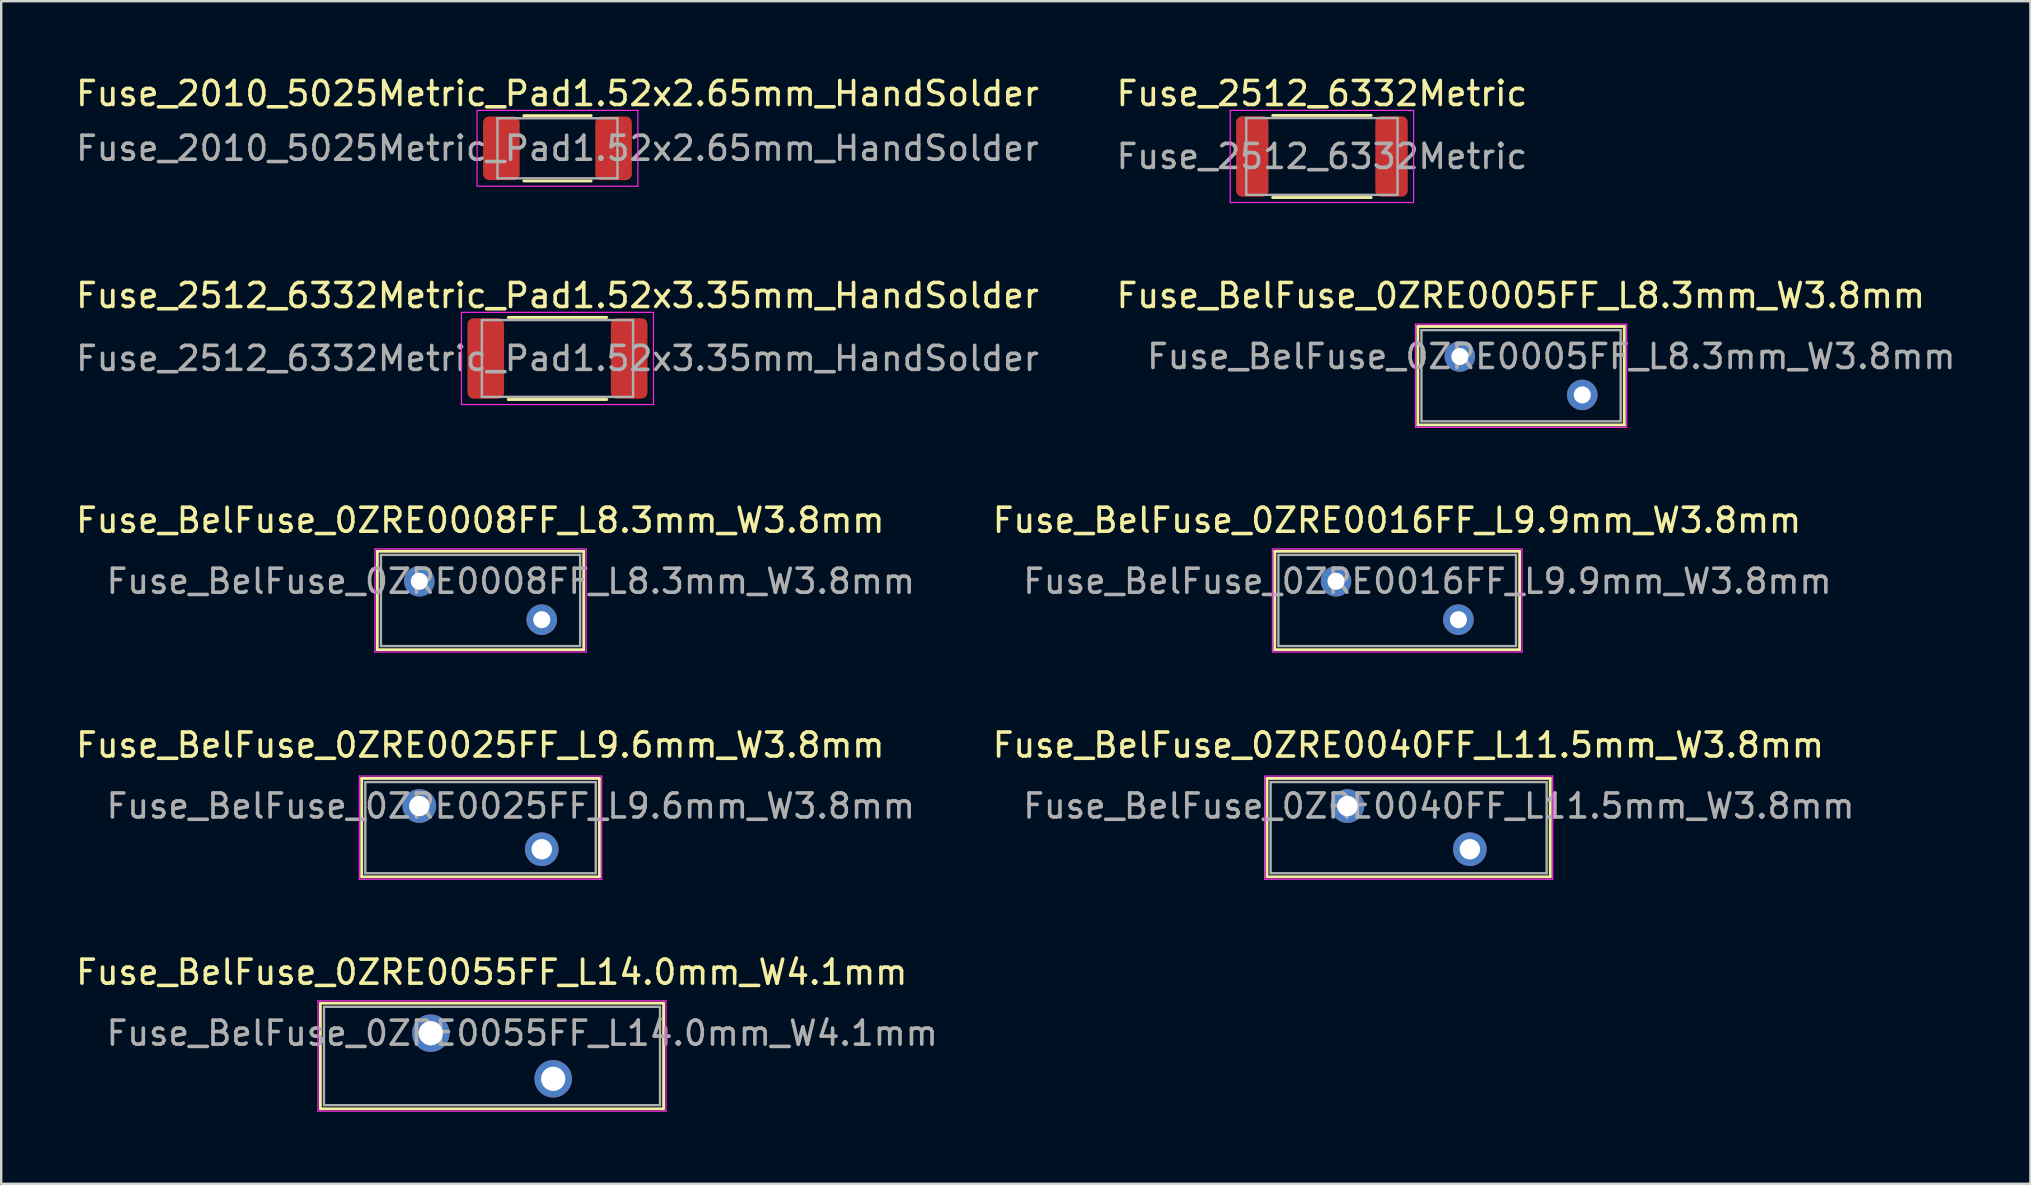
<source format=kicad_pcb>
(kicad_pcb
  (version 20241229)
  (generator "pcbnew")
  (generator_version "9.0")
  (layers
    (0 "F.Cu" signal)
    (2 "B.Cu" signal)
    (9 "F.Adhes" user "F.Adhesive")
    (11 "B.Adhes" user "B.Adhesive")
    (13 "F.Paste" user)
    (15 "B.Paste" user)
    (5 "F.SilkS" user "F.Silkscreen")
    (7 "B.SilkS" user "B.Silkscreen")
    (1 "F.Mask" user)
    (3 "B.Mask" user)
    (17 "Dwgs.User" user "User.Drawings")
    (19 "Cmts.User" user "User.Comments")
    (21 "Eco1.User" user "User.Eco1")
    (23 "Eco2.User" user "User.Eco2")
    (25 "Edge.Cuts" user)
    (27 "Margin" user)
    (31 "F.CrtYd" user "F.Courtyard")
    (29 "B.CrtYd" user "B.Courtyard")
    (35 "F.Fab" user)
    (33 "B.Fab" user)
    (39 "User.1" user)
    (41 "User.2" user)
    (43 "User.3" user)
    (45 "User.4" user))
  (footprint "Fuse_2010_5025Metric_Pad1.52x2.65mm_HandSolder"
    (layer "F.Cu")
    (at 20.173 3.128)
    (property "Reference" "Fuse_2010_5025Metric_Pad1.52x2.65mm_HandSolder" (at 0 -2.28 0) (layer "F.SilkS") (effects (font (size 1 1) (thickness 0.15))))
    (attr smd)
    (fp_line (start -1.402 -1.36) (end 1.402 -1.36) (stroke (width 0.12) (type solid)) (layer "F.SilkS"))
    (fp_line (start -1.402 1.36) (end 1.402 1.36) (stroke (width 0.12) (type solid)) (layer "F.SilkS"))
    (fp_line (start -3.35 -1.58) (end 3.35 -1.58) (stroke (width 0.05) (type solid)) (layer "F.CrtYd"))
    (fp_line (start -3.35 1.58) (end -3.35 -1.58) (stroke (width 0.05) (type solid)) (layer "F.CrtYd"))
    (fp_line (start 3.35 -1.58) (end 3.35 1.58) (stroke (width 0.05) (type solid)) (layer "F.CrtYd"))
    (fp_line (start 3.35 1.58) (end -3.35 1.58) (stroke (width 0.05) (type solid)) (layer "F.CrtYd"))
    (fp_line (start -2.5 -1.25) (end 2.5 -1.25) (stroke (width 0.1) (type solid)) (layer "F.Fab"))
    (fp_line (start -2.5 1.25) (end -2.5 -1.25) (stroke (width 0.1) (type solid)) (layer "F.Fab"))
    (fp_line (start 2.5 -1.25) (end 2.5 1.25) (stroke (width 0.1) (type solid)) (layer "F.Fab"))
    (fp_line (start 2.5 1.25) (end -2.5 1.25) (stroke (width 0.1) (type solid)) (layer "F.Fab"))
    (fp_text user "${REFERENCE}" (at 0 0 0) (layer "F.Fab") (effects (font (size 1 1) (thickness 0.15))))
    (pad "1" smd roundrect (at -2.337 0) (size 1.525 2.65) (layers "F.Cu" "F.Mask" "F.Paste") (roundrect_rratio 0.164))
    (pad "2" smd roundrect (at 2.337 0) (size 1.525 2.65) (layers "F.Cu" "F.Mask" "F.Paste") (roundrect_rratio 0.164)))
  (footprint "Fuse_BelFuse_0ZRE0040FF_L11.5mm_W3.8mm"
    (layer "F.Cu")
    (at 53.081 30.528)
    (property "Reference" "Fuse_BelFuse_0ZRE0040FF_L11.5mm_W3.8mm" (at 2.54 -2.54 0) (layer "F.SilkS") (effects (font (size 1 1) (thickness 0.15))))
    (attr through_hole)
    (fp_line (start -3.35 -1.15) (end -3.35 2.95) (stroke (width 0.12) (type solid)) (layer "F.SilkS"))
    (fp_line (start -3.35 -1.15) (end 8.45 -1.15) (stroke (width 0.12) (type solid)) (layer "F.SilkS"))
    (fp_line (start -3.35 2.95) (end 8.45 2.95) (stroke (width 0.12) (type solid)) (layer "F.SilkS"))
    (fp_line (start 8.45 -1.15) (end 8.45 2.95) (stroke (width 0.12) (type solid)) (layer "F.SilkS"))
    (fp_line (start -3.45 -1.25) (end -3.45 3.05) (stroke (width 0.05) (type solid)) (layer "F.CrtYd"))
    (fp_line (start -3.45 -1.25) (end 8.55 -1.25) (stroke (width 0.05) (type solid)) (layer "F.CrtYd"))
    (fp_line (start -3.45 3.05) (end 8.55 3.05) (stroke (width 0.05) (type solid)) (layer "F.CrtYd"))
    (fp_line (start 8.55 -1.25) (end 8.55 3.05) (stroke (width 0.05) (type solid)) (layer "F.CrtYd"))
    (fp_line (start -3.2 -1) (end -3.2 2.8) (stroke (width 0.1) (type solid)) (layer "F.Fab"))
    (fp_line (start -3.2 -1) (end 8.3 -1) (stroke (width 0.1) (type solid)) (layer "F.Fab"))
    (fp_line (start -3.2 2.8) (end 8.3 2.8) (stroke (width 0.1) (type solid)) (layer "F.Fab"))
    (fp_line (start 8.3 -1) (end 8.3 2.8) (stroke (width 0.1) (type solid)) (layer "F.Fab"))
    (fp_text user "${REFERENCE}" (at 3.81 0 0) (layer "F.Fab") (effects (font (size 1 1) (thickness 0.15))))
    (pad "1" thru_hole circle (at 0 0) (size 1.4 1.4) (drill 0.85) (layers "*.Cu" "*.Mask"))
    (pad "2" thru_hole circle (at 5.1 1.8) (size 1.4 1.4) (drill 0.85) (layers "*.Cu" "*.Mask")))
  (footprint "Fuse_2512_6332Metric"
    (layer "F.Cu")
    (at 52.018 3.468)
    (property "Reference" "Fuse_2512_6332Metric" (at 0 -2.62 0) (layer "F.SilkS") (effects (font (size 1 1) (thickness 0.15))))
    (attr smd)
    (fp_line (start -2.052 -1.71) (end 2.052 -1.71) (stroke (width 0.12) (type solid)) (layer "F.SilkS"))
    (fp_line (start -2.052 1.71) (end 2.052 1.71) (stroke (width 0.12) (type solid)) (layer "F.SilkS"))
    (fp_line (start -3.82 -1.92) (end 3.82 -1.92) (stroke (width 0.05) (type solid)) (layer "F.CrtYd"))
    (fp_line (start -3.82 1.92) (end -3.82 -1.92) (stroke (width 0.05) (type solid)) (layer "F.CrtYd"))
    (fp_line (start 3.82 -1.92) (end 3.82 1.92) (stroke (width 0.05) (type solid)) (layer "F.CrtYd"))
    (fp_line (start 3.82 1.92) (end -3.82 1.92) (stroke (width 0.05) (type solid)) (layer "F.CrtYd"))
    (fp_line (start -3.15 -1.6) (end 3.15 -1.6) (stroke (width 0.1) (type solid)) (layer "F.Fab"))
    (fp_line (start -3.15 1.6) (end -3.15 -1.6) (stroke (width 0.1) (type solid)) (layer "F.Fab"))
    (fp_line (start 3.15 -1.6) (end 3.15 1.6) (stroke (width 0.1) (type solid)) (layer "F.Fab"))
    (fp_line (start 3.15 1.6) (end -3.15 1.6) (stroke (width 0.1) (type solid)) (layer "F.Fab"))
    (fp_text user "${REFERENCE}" (at 0 0 0) (layer "F.Fab") (effects (font (size 1 1) (thickness 0.15))))
    (pad "1" smd roundrect (at -2.9 0) (size 1.35 3.35) (layers "F.Cu" "F.Mask" "F.Paste") (roundrect_rratio 0.185))
    (pad "2" smd roundrect (at 2.9 0) (size 1.35 3.35) (layers "F.Cu" "F.Mask" "F.Paste") (roundrect_rratio 0.185)))
  (footprint "Fuse_2512_6332Metric_Pad1.52x3.35mm_HandSolder"
    (layer "F.Cu")
    (at 20.173 11.882)
    (property "Reference" "Fuse_2512_6332Metric_Pad1.52x3.35mm_HandSolder" (at 0 -2.62 0) (layer "F.SilkS") (effects (font (size 1 1) (thickness 0.15))))
    (attr smd)
    (fp_line (start -2.052 -1.71) (end 2.052 -1.71) (stroke (width 0.12) (type solid)) (layer "F.SilkS"))
    (fp_line (start -2.052 1.71) (end 2.052 1.71) (stroke (width 0.12) (type solid)) (layer "F.SilkS"))
    (fp_line (start -4 -1.92) (end 4 -1.92) (stroke (width 0.05) (type solid)) (layer "F.CrtYd"))
    (fp_line (start -4 1.92) (end -4 -1.92) (stroke (width 0.05) (type solid)) (layer "F.CrtYd"))
    (fp_line (start 4 -1.92) (end 4 1.92) (stroke (width 0.05) (type solid)) (layer "F.CrtYd"))
    (fp_line (start 4 1.92) (end -4 1.92) (stroke (width 0.05) (type solid)) (layer "F.CrtYd"))
    (fp_line (start -3.15 -1.6) (end 3.15 -1.6) (stroke (width 0.1) (type solid)) (layer "F.Fab"))
    (fp_line (start -3.15 1.6) (end -3.15 -1.6) (stroke (width 0.1) (type solid)) (layer "F.Fab"))
    (fp_line (start 3.15 -1.6) (end 3.15 1.6) (stroke (width 0.1) (type solid)) (layer "F.Fab"))
    (fp_line (start 3.15 1.6) (end -3.15 1.6) (stroke (width 0.1) (type solid)) (layer "F.Fab"))
    (fp_text user "${REFERENCE}" (at 0 0 0) (layer "F.Fab") (effects (font (size 1 1) (thickness 0.15))))
    (pad "1" smd roundrect (at -2.987 0) (size 1.525 3.35) (layers "F.Cu" "F.Mask" "F.Paste") (roundrect_rratio 0.164))
    (pad "2" smd roundrect (at 2.987 0) (size 1.525 3.35) (layers "F.Cu" "F.Mask" "F.Paste") (roundrect_rratio 0.164)))
  (footprint "Fuse_BelFuse_0ZRE0005FF_L8.3mm_W3.8mm"
    (layer "F.Cu")
    (at 57.764 11.802)
    (property "Reference" "Fuse_BelFuse_0ZRE0005FF_L8.3mm_W3.8mm" (at 2.54 -2.54 0) (layer "F.SilkS") (effects (font (size 1 1) (thickness 0.15))))
    (attr through_hole)
    (fp_line (start -1.75 -1.25) (end -1.75 2.85) (stroke (width 0.12) (type solid)) (layer "F.SilkS"))
    (fp_line (start -1.75 -1.25) (end 6.85 -1.25) (stroke (width 0.12) (type solid)) (layer "F.SilkS"))
    (fp_line (start -1.75 2.85) (end 6.85 2.85) (stroke (width 0.12) (type solid)) (layer "F.SilkS"))
    (fp_line (start 6.85 -1.25) (end 6.85 2.85) (stroke (width 0.12) (type solid)) (layer "F.SilkS"))
    (fp_line (start -1.85 -1.35) (end -1.85 2.95) (stroke (width 0.05) (type solid)) (layer "F.CrtYd"))
    (fp_line (start -1.85 -1.35) (end 6.95 -1.35) (stroke (width 0.05) (type solid)) (layer "F.CrtYd"))
    (fp_line (start -1.85 2.95) (end 6.95 2.95) (stroke (width 0.05) (type solid)) (layer "F.CrtYd"))
    (fp_line (start 6.95 -1.35) (end 6.95 2.95) (stroke (width 0.05) (type solid)) (layer "F.CrtYd"))
    (fp_line (start -1.6 -1.1) (end -1.6 2.7) (stroke (width 0.1) (type solid)) (layer "F.Fab"))
    (fp_line (start -1.6 -1.1) (end 6.7 -1.1) (stroke (width 0.1) (type solid)) (layer "F.Fab"))
    (fp_line (start -1.6 2.7) (end 6.7 2.7) (stroke (width 0.1) (type solid)) (layer "F.Fab"))
    (fp_line (start 6.7 -1.1) (end 6.7 2.7) (stroke (width 0.1) (type solid)) (layer "F.Fab"))
    (fp_text user "${REFERENCE}" (at 3.81 0 0) (layer "F.Fab") (effects (font (size 1 1) (thickness 0.15))))
    (pad "1" thru_hole circle (at 0 0) (size 1.27 1.27) (drill 0.71) (layers "*.Cu" "*.Mask"))
    (pad "2" thru_hole circle (at 5.1 1.6) (size 1.27 1.27) (drill 0.71) (layers "*.Cu" "*.Mask")))
  (footprint "Fuse_BelFuse_0ZRE0016FF_L9.9mm_W3.8mm"
    (layer "F.Cu")
    (at 52.605 21.165)
    (property "Reference" "Fuse_BelFuse_0ZRE0016FF_L9.9mm_W3.8mm" (at 2.54 -2.54 0) (layer "F.SilkS") (effects (font (size 1 1) (thickness 0.15))))
    (attr through_hole)
    (fp_line (start -2.55 -1.25) (end -2.55 2.85) (stroke (width 0.12) (type solid)) (layer "F.SilkS"))
    (fp_line (start -2.55 -1.25) (end 7.65 -1.25) (stroke (width 0.12) (type solid)) (layer "F.SilkS"))
    (fp_line (start -2.55 2.85) (end 7.65 2.85) (stroke (width 0.12) (type solid)) (layer "F.SilkS"))
    (fp_line (start 7.65 -1.25) (end 7.65 2.85) (stroke (width 0.12) (type solid)) (layer "F.SilkS"))
    (fp_line (start -2.65 -1.35) (end -2.65 2.95) (stroke (width 0.05) (type solid)) (layer "F.CrtYd"))
    (fp_line (start -2.65 -1.35) (end 7.75 -1.35) (stroke (width 0.05) (type solid)) (layer "F.CrtYd"))
    (fp_line (start -2.65 2.95) (end 7.75 2.95) (stroke (width 0.05) (type solid)) (layer "F.CrtYd"))
    (fp_line (start 7.75 -1.35) (end 7.75 2.95) (stroke (width 0.05) (type solid)) (layer "F.CrtYd"))
    (fp_line (start -2.4 -1.1) (end -2.4 2.7) (stroke (width 0.1) (type solid)) (layer "F.Fab"))
    (fp_line (start -2.4 -1.1) (end 7.5 -1.1) (stroke (width 0.1) (type solid)) (layer "F.Fab"))
    (fp_line (start -2.4 2.7) (end 7.5 2.7) (stroke (width 0.1) (type solid)) (layer "F.Fab"))
    (fp_line (start 7.5 -1.1) (end 7.5 2.7) (stroke (width 0.1) (type solid)) (layer "F.Fab"))
    (fp_text user "${REFERENCE}" (at 3.81 0 0) (layer "F.Fab") (effects (font (size 1 1) (thickness 0.15))))
    (pad "1" thru_hole circle (at 0 0) (size 1.27 1.27) (drill 0.71) (layers "*.Cu" "*.Mask"))
    (pad "2" thru_hole circle (at 5.1 1.6) (size 1.27 1.27) (drill 0.71) (layers "*.Cu" "*.Mask")))
  (footprint "Fuse_BelFuse_0ZRE0025FF_L9.6mm_W3.8mm"
    (layer "F.Cu")
    (at 14.418 30.528)
    (property "Reference" "Fuse_BelFuse_0ZRE0025FF_L9.6mm_W3.8mm" (at 2.54 -2.54 0) (layer "F.SilkS") (effects (font (size 1 1) (thickness 0.15))))
    (attr through_hole)
    (fp_line (start -2.4 -1.15) (end -2.4 2.95) (stroke (width 0.12) (type solid)) (layer "F.SilkS"))
    (fp_line (start -2.4 -1.15) (end 7.5 -1.15) (stroke (width 0.12) (type solid)) (layer "F.SilkS"))
    (fp_line (start -2.4 2.95) (end 7.5 2.95) (stroke (width 0.12) (type solid)) (layer "F.SilkS"))
    (fp_line (start 7.5 -1.15) (end 7.5 2.95) (stroke (width 0.12) (type solid)) (layer "F.SilkS"))
    (fp_line (start -2.5 -1.25) (end -2.5 3.05) (stroke (width 0.05) (type solid)) (layer "F.CrtYd"))
    (fp_line (start -2.5 -1.25) (end 7.6 -1.25) (stroke (width 0.05) (type solid)) (layer "F.CrtYd"))
    (fp_line (start -2.5 3.05) (end 7.6 3.05) (stroke (width 0.05) (type solid)) (layer "F.CrtYd"))
    (fp_line (start 7.6 -1.25) (end 7.6 3.05) (stroke (width 0.05) (type solid)) (layer "F.CrtYd"))
    (fp_line (start -2.25 -1) (end -2.25 2.8) (stroke (width 0.1) (type solid)) (layer "F.Fab"))
    (fp_line (start -2.25 -1) (end 7.35 -1) (stroke (width 0.1) (type solid)) (layer "F.Fab"))
    (fp_line (start -2.25 2.8) (end 7.35 2.8) (stroke (width 0.1) (type solid)) (layer "F.Fab"))
    (fp_line (start 7.35 -1) (end 7.35 2.8) (stroke (width 0.1) (type solid)) (layer "F.Fab"))
    (fp_text user "${REFERENCE}" (at 3.81 0 0) (layer "F.Fab") (effects (font (size 1 1) (thickness 0.15))))
    (pad "1" thru_hole circle (at 0 0) (size 1.4 1.4) (drill 0.85) (layers "*.Cu" "*.Mask"))
    (pad "2" thru_hole circle (at 5.1 1.8) (size 1.4 1.4) (drill 0.85) (layers "*.Cu" "*.Mask")))
  (footprint "Fuse_BelFuse_0ZRE0055FF_L14.0mm_W4.1mm"
    (layer "F.Cu")
    (at 14.895 39.991)
    (property "Reference" "Fuse_BelFuse_0ZRE0055FF_L14.0mm_W4.1mm" (at 2.54 -2.54 0) (layer "F.SilkS") (effects (font (size 1 1) (thickness 0.15))))
    (attr through_hole)
    (fp_line (start -4.6 -1.25) (end -4.6 3.15) (stroke (width 0.12) (type solid)) (layer "F.SilkS"))
    (fp_line (start -4.6 -1.25) (end 9.7 -1.25) (stroke (width 0.12) (type solid)) (layer "F.SilkS"))
    (fp_line (start -4.6 3.15) (end 9.7 3.15) (stroke (width 0.12) (type solid)) (layer "F.SilkS"))
    (fp_line (start 9.7 -1.25) (end 9.7 3.15) (stroke (width 0.12) (type solid)) (layer "F.SilkS"))
    (fp_line (start -4.7 -1.35) (end -4.7 3.25) (stroke (width 0.05) (type solid)) (layer "F.CrtYd"))
    (fp_line (start -4.7 -1.35) (end 9.8 -1.35) (stroke (width 0.05) (type solid)) (layer "F.CrtYd"))
    (fp_line (start -4.7 3.25) (end 9.8 3.25) (stroke (width 0.05) (type solid)) (layer "F.CrtYd"))
    (fp_line (start 9.8 -1.35) (end 9.8 3.25) (stroke (width 0.05) (type solid)) (layer "F.CrtYd"))
    (fp_line (start -4.45 -1.1) (end -4.45 3) (stroke (width 0.1) (type solid)) (layer "F.Fab"))
    (fp_line (start -4.45 -1.1) (end 9.55 -1.1) (stroke (width 0.1) (type solid)) (layer "F.Fab"))
    (fp_line (start -4.45 3) (end 9.55 3) (stroke (width 0.1) (type solid)) (layer "F.Fab"))
    (fp_line (start 9.55 -1.1) (end 9.55 3) (stroke (width 0.1) (type solid)) (layer "F.Fab"))
    (fp_text user "${REFERENCE}" (at 3.81 0 0) (layer "F.Fab") (effects (font (size 1 1) (thickness 0.15))))
    (pad "1" thru_hole circle (at 0 0) (size 1.56 1.56) (drill 1.01) (layers "*.Cu" "*.Mask"))
    (pad "2" thru_hole circle (at 5.1 1.9) (size 1.56 1.56) (drill 1.01) (layers "*.Cu" "*.Mask")))
  (footprint "Fuse_BelFuse_0ZRE0008FF_L8.3mm_W3.8mm"
    (layer "F.Cu")
    (at 14.418 21.165)
    (property "Reference" "Fuse_BelFuse_0ZRE0008FF_L8.3mm_W3.8mm" (at 2.54 -2.54 0) (layer "F.SilkS") (effects (font (size 1 1) (thickness 0.15))))
    (attr through_hole)
    (fp_line (start -1.75 -1.25) (end -1.75 2.85) (stroke (width 0.12) (type solid)) (layer "F.SilkS"))
    (fp_line (start -1.75 -1.25) (end 6.85 -1.25) (stroke (width 0.12) (type solid)) (layer "F.SilkS"))
    (fp_line (start -1.75 2.85) (end 6.85 2.85) (stroke (width 0.12) (type solid)) (layer "F.SilkS"))
    (fp_line (start 6.85 -1.25) (end 6.85 2.85) (stroke (width 0.12) (type solid)) (layer "F.SilkS"))
    (fp_line (start -1.85 -1.35) (end -1.85 2.95) (stroke (width 0.05) (type solid)) (layer "F.CrtYd"))
    (fp_line (start -1.85 -1.35) (end 6.95 -1.35) (stroke (width 0.05) (type solid)) (layer "F.CrtYd"))
    (fp_line (start -1.85 2.95) (end 6.95 2.95) (stroke (width 0.05) (type solid)) (layer "F.CrtYd"))
    (fp_line (start 6.95 -1.35) (end 6.95 2.95) (stroke (width 0.05) (type solid)) (layer "F.CrtYd"))
    (fp_line (start -1.6 -1.1) (end -1.6 2.7) (stroke (width 0.1) (type solid)) (layer "F.Fab"))
    (fp_line (start -1.6 -1.1) (end 6.7 -1.1) (stroke (width 0.1) (type solid)) (layer "F.Fab"))
    (fp_line (start -1.6 2.7) (end 6.7 2.7) (stroke (width 0.1) (type solid)) (layer "F.Fab"))
    (fp_line (start 6.7 -1.1) (end 6.7 2.7) (stroke (width 0.1) (type solid)) (layer "F.Fab"))
    (fp_text user "${REFERENCE}" (at 3.81 0 0) (layer "F.Fab") (effects (font (size 1 1) (thickness 0.15))))
    (pad "1" thru_hole circle (at 0 0) (size 1.27 1.27) (drill 0.71) (layers "*.Cu" "*.Mask"))
    (pad "2" thru_hole circle (at 5.1 1.6) (size 1.27 1.27) (drill 0.71) (layers "*.Cu" "*.Mask")))
  (gr_rect
    (start -3 -3)
    (end 81.532 46.266)
    (stroke (width 0.1) (type default))
    (fill no)
    (layer "Edge.Cuts")))
</source>
